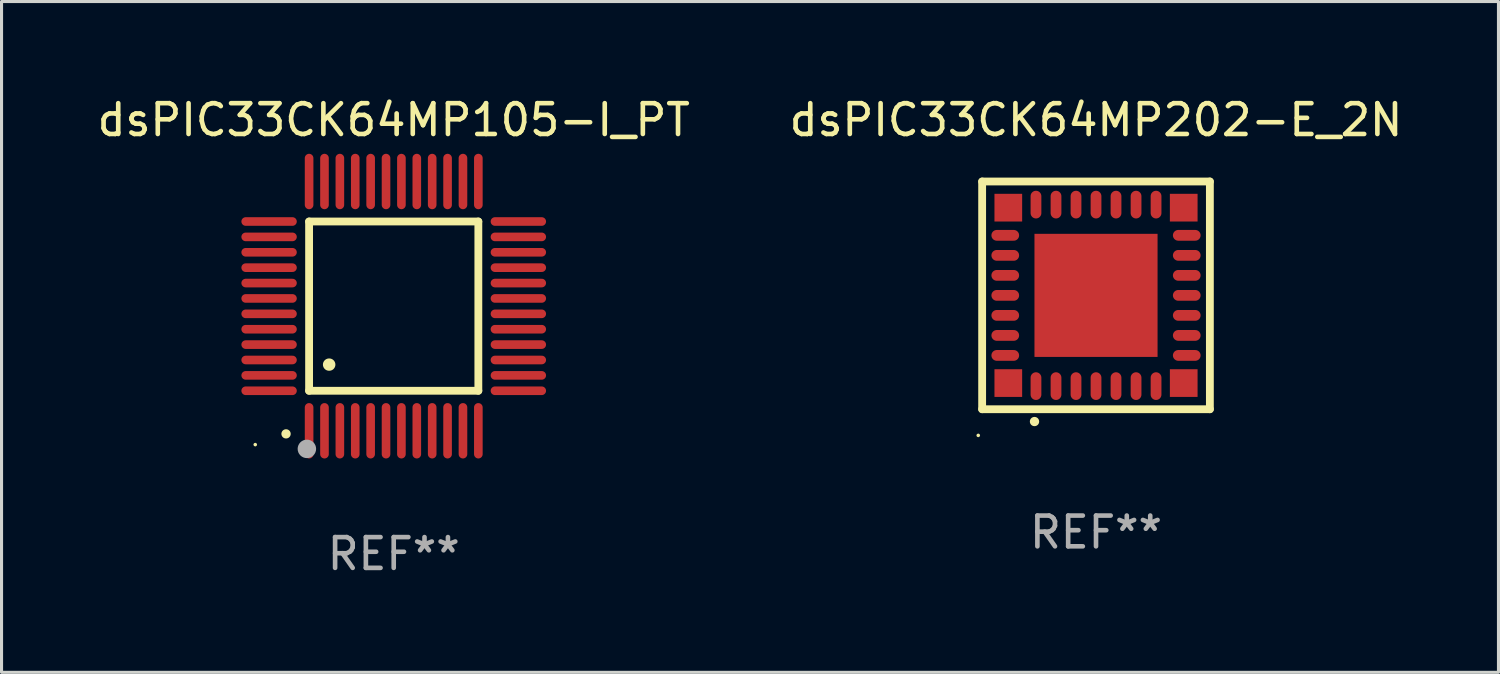
<source format=kicad_pcb>
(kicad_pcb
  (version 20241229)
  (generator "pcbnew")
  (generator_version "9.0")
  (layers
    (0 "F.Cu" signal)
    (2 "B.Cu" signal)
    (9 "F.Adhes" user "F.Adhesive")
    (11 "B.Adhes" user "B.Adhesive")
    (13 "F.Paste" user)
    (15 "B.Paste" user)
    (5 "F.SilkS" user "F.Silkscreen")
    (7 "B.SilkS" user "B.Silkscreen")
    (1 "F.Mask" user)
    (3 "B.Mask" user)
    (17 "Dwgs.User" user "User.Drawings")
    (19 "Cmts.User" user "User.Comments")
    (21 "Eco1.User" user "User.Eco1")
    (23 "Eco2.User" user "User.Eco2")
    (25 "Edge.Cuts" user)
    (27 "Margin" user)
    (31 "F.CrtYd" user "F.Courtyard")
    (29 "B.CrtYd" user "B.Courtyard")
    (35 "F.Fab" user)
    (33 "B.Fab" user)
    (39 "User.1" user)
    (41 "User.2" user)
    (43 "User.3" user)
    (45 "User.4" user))
  (footprint "dsPIC33CK64MP202-E_2N"
    (layer "F.Cu")
    (at 32.565 6.548)
    (property "Reference" "dsPIC33CK64MP202-E_2N" (at 0 -5.7 0) (layer "F.SilkS") (effects (font (size 1 1) (thickness 0.15))))
    (attr through_hole)
    (fp_line (start -3.7 -3.7) (end 3.7 -3.7) (stroke (width 0.254) (type solid)) (layer "F.SilkS"))
    (fp_line (start -3.7 3.7) (end -3.7 -3.7) (stroke (width 0.254) (type solid)) (layer "F.SilkS"))
    (fp_line (start 3.7 -3.7) (end 3.7 3.7) (stroke (width 0.254) (type solid)) (layer "F.SilkS"))
    (fp_line (start 3.7 3.7) (end -3.7 3.7) (stroke (width 0.254) (type solid)) (layer "F.SilkS"))
    (fp_arc (start -2 4.1) (mid -1.99873 4.099995) (end -1.99746 4.1) (stroke (width 0.3) (type solid)) (layer "F.SilkS"))
    (fp_circle (center -3.827 4.55) (end -3.797 4.55) (stroke (width 0.06) (type solid)) (fill no) (layer "F.SilkS"))
    (fp_text user "REF**" (at 0 7.7 0) (layer "F.Fab") (effects (font (size 1 1) (thickness 0.15))))
    (pad "1" smd oval (at -1.951 2.949 180) (size 0.35 0.9) (layers "F.Cu" "F.Mask" "F.Paste"))
    (pad "2" smd oval (at -1.3 2.949 180) (size 0.35 0.9) (layers "F.Cu" "F.Mask" "F.Paste"))
    (pad "3" smd oval (at -0.65 2.949 180) (size 0.35 0.9) (layers "F.Cu" "F.Mask" "F.Paste"))
    (pad "4" smd oval (at 0.000051 2.949 180) (size 0.35 0.9) (layers "F.Cu" "F.Mask" "F.Paste"))
    (pad "5" smd oval (at 0.65 2.949 180) (size 0.35 0.9) (layers "F.Cu" "F.Mask" "F.Paste"))
    (pad "6" smd oval (at 1.301 2.949 180) (size 0.35 0.9) (layers "F.Cu" "F.Mask" "F.Paste"))
    (pad "7" smd oval (at 1.951 2.949 180) (size 0.35 0.9) (layers "F.Cu" "F.Mask" "F.Paste"))
    (pad "8" smd oval (at 2.949 1.951 90) (size 0.35 0.9) (layers "F.Cu" "F.Mask" "F.Paste"))
    (pad "9" smd oval (at 2.949 1.301 90) (size 0.35 0.9) (layers "F.Cu" "F.Mask" "F.Paste"))
    (pad "10" smd oval (at 2.949 0.65 90) (size 0.35 0.9) (layers "F.Cu" "F.Mask" "F.Paste"))
    (pad "11" smd oval (at 2.949 0.000051 90) (size 0.35 0.9) (layers "F.Cu" "F.Mask" "F.Paste"))
    (pad "12" smd oval (at 2.949 -0.65 90) (size 0.35 0.9) (layers "F.Cu" "F.Mask" "F.Paste"))
    (pad "13" smd oval (at 2.949 -1.3 90) (size 0.35 0.9) (layers "F.Cu" "F.Mask" "F.Paste"))
    (pad "14" smd oval (at 2.949 -1.951 90) (size 0.35 0.9) (layers "F.Cu" "F.Mask" "F.Paste"))
    (pad "15" smd oval (at 1.951 -2.949 180) (size 0.35 0.9) (layers "F.Cu" "F.Mask" "F.Paste"))
    (pad "16" smd oval (at 1.301 -2.949 180) (size 0.35 0.9) (layers "F.Cu" "F.Mask" "F.Paste"))
    (pad "17" smd oval (at 0.65 -2.949 180) (size 0.35 0.9) (layers "F.Cu" "F.Mask" "F.Paste"))
    (pad "18" smd oval (at 0.000051 -2.949 180) (size 0.35 0.9) (layers "F.Cu" "F.Mask" "F.Paste"))
    (pad "19" smd oval (at -0.65 -2.949 180) (size 0.35 0.9) (layers "F.Cu" "F.Mask" "F.Paste"))
    (pad "20" smd oval (at -1.3 -2.949 180) (size 0.35 0.9) (layers "F.Cu" "F.Mask" "F.Paste"))
    (pad "21" smd oval (at -1.951 -2.949 180) (size 0.35 0.9) (layers "F.Cu" "F.Mask" "F.Paste"))
    (pad "22" smd oval (at -2.949 -1.951 90) (size 0.35 0.9) (layers "F.Cu" "F.Mask" "F.Paste"))
    (pad "23" smd oval (at -2.949 -1.3 90) (size 0.35 0.9) (layers "F.Cu" "F.Mask" "F.Paste"))
    (pad "24" smd oval (at -2.949 -0.65 90) (size 0.35 0.9) (layers "F.Cu" "F.Mask" "F.Paste"))
    (pad "25" smd oval (at -2.949 0.000051 90) (size 0.35 0.9) (layers "F.Cu" "F.Mask" "F.Paste"))
    (pad "26" smd oval (at -2.949 0.65 90) (size 0.35 0.9) (layers "F.Cu" "F.Mask" "F.Paste"))
    (pad "27" smd oval (at -2.949 1.301 90) (size 0.35 0.9) (layers "F.Cu" "F.Mask" "F.Paste"))
    (pad "28" smd oval (at -2.949 1.951 90) (size 0.35 0.9) (layers "F.Cu" "F.Mask" "F.Paste"))
    (pad "29" smd rect (at -2.85 -2.85 90) (size 0.9 0.9) (layers "F.Cu" "F.Mask" "F.Paste"))
    (pad "29" smd rect (at -2.85 2.85 90) (size 0.9 0.9) (layers "F.Cu" "F.Mask" "F.Paste"))
    (pad "29" smd rect (at 0.000051 0.000051 90) (size 4 4) (layers "F.Cu" "F.Mask" "F.Paste"))
    (pad "29" smd rect (at 2.85 -2.85 90) (size 0.9 0.9) (layers "F.Cu" "F.Mask" "F.Paste"))
    (pad "29" smd rect (at 2.85 2.85 90) (size 0.9 0.9) (layers "F.Cu" "F.Mask" "F.Paste")))
  (footprint "dsPIC33CK64MP105-I_PT"
    (layer "F.Cu")
    (at 9.744 6.898)
    (property "Reference" "dsPIC33CK64MP105-I_PT" (at 0 -6.05 0) (layer "F.SilkS") (effects (font (size 1 1) (thickness 0.15))))
    (attr through_hole)
    (fp_line (start -2.75 -2.75) (end 2.75 -2.75) (stroke (width 0.254) (type solid)) (layer "F.SilkS"))
    (fp_line (start -2.75 2.75) (end -2.75 -2.75) (stroke (width 0.254) (type solid)) (layer "F.SilkS"))
    (fp_line (start 2.75 -2.75) (end 2.75 2.75) (stroke (width 0.254) (type solid)) (layer "F.SilkS"))
    (fp_line (start 2.75 2.75) (end -2.75 2.75) (stroke (width 0.254) (type solid)) (layer "F.SilkS"))
    (fp_arc (start -3.500127 4.150368) (mid -3.498857 4.150363) (end -3.497587 4.150368) (stroke (width 0.3) (type solid)) (layer "F.SilkS"))
    (fp_arc (start -2.100584 1.899924) (mid -2.098044 1.899908) (end -2.095504 1.899924) (stroke (width 0.4) (type solid)) (layer "F.SilkS"))
    (fp_circle (center -4.5 4.5) (end -4.47 4.5) (stroke (width 0.06) (type solid)) (fill no) (layer "F.SilkS"))
    (fp_circle (center -2.822 4.638) (end -2.672 4.638) (stroke (width 0.3) (type solid)) (fill no) (layer "F.Fab"))
    (fp_text user "REF**" (at 0 8.05 0) (layer "F.Fab") (effects (font (size 1 1) (thickness 0.15))))
    (pad "1" smd oval (at -2.75 4.05) (size 0.28 1.8) (layers "F.Cu" "F.Mask" "F.Paste"))
    (pad "2" smd oval (at -2.25 4.05) (size 0.28 1.8) (layers "F.Cu" "F.Mask" "F.Paste"))
    (pad "3" smd oval (at -1.75 4.05) (size 0.28 1.8) (layers "F.Cu" "F.Mask" "F.Paste"))
    (pad "4" smd oval (at -1.25 4.05) (size 0.28 1.8) (layers "F.Cu" "F.Mask" "F.Paste"))
    (pad "5" smd oval (at -0.75 4.05) (size 0.28 1.8) (layers "F.Cu" "F.Mask" "F.Paste"))
    (pad "6" smd oval (at -0.25 4.05) (size 0.28 1.8) (layers "F.Cu" "F.Mask" "F.Paste"))
    (pad "7" smd oval (at 0.25 4.05) (size 0.28 1.8) (layers "F.Cu" "F.Mask" "F.Paste"))
    (pad "8" smd oval (at 0.75 4.05) (size 0.28 1.8) (layers "F.Cu" "F.Mask" "F.Paste"))
    (pad "9" smd oval (at 1.25 4.05) (size 0.28 1.8) (layers "F.Cu" "F.Mask" "F.Paste"))
    (pad "10" smd oval (at 1.75 4.05) (size 0.28 1.8) (layers "F.Cu" "F.Mask" "F.Paste"))
    (pad "11" smd oval (at 2.25 4.05) (size 0.28 1.8) (layers "F.Cu" "F.Mask" "F.Paste"))
    (pad "12" smd oval (at 2.75 4.05) (size 0.28 1.8) (layers "F.Cu" "F.Mask" "F.Paste"))
    (pad "13" smd oval (at 4.05 2.75) (size 1.8 0.28) (layers "F.Cu" "F.Mask" "F.Paste"))
    (pad "14" smd oval (at 4.05 2.25) (size 1.8 0.28) (layers "F.Cu" "F.Mask" "F.Paste"))
    (pad "15" smd oval (at 4.05 1.75) (size 1.8 0.28) (layers "F.Cu" "F.Mask" "F.Paste"))
    (pad "16" smd oval (at 4.05 1.25) (size 1.8 0.28) (layers "F.Cu" "F.Mask" "F.Paste"))
    (pad "17" smd oval (at 4.05 0.75) (size 1.8 0.28) (layers "F.Cu" "F.Mask" "F.Paste"))
    (pad "18" smd oval (at 4.05 0.25) (size 1.8 0.28) (layers "F.Cu" "F.Mask" "F.Paste"))
    (pad "19" smd oval (at 4.05 -0.25) (size 1.8 0.28) (layers "F.Cu" "F.Mask" "F.Paste"))
    (pad "20" smd oval (at 4.05 -0.75) (size 1.8 0.28) (layers "F.Cu" "F.Mask" "F.Paste"))
    (pad "21" smd oval (at 4.05 -1.25) (size 1.8 0.28) (layers "F.Cu" "F.Mask" "F.Paste"))
    (pad "22" smd oval (at 4.05 -1.75) (size 1.8 0.28) (layers "F.Cu" "F.Mask" "F.Paste"))
    (pad "23" smd oval (at 4.05 -2.25) (size 1.8 0.28) (layers "F.Cu" "F.Mask" "F.Paste"))
    (pad "24" smd oval (at 4.05 -2.75) (size 1.8 0.28) (layers "F.Cu" "F.Mask" "F.Paste"))
    (pad "25" smd oval (at 2.75 -4.05) (size 0.28 1.8) (layers "F.Cu" "F.Mask" "F.Paste"))
    (pad "26" smd oval (at 2.25 -4.05) (size 0.28 1.8) (layers "F.Cu" "F.Mask" "F.Paste"))
    (pad "27" smd oval (at 1.75 -4.05) (size 0.28 1.8) (layers "F.Cu" "F.Mask" "F.Paste"))
    (pad "28" smd oval (at 1.25 -4.05) (size 0.28 1.8) (layers "F.Cu" "F.Mask" "F.Paste"))
    (pad "29" smd oval (at 0.75 -4.05) (size 0.28 1.8) (layers "F.Cu" "F.Mask" "F.Paste"))
    (pad "30" smd oval (at 0.25 -4.05) (size 0.28 1.8) (layers "F.Cu" "F.Mask" "F.Paste"))
    (pad "31" smd oval (at -0.25 -4.05) (size 0.28 1.8) (layers "F.Cu" "F.Mask" "F.Paste"))
    (pad "32" smd oval (at -0.75 -4.05) (size 0.28 1.8) (layers "F.Cu" "F.Mask" "F.Paste"))
    (pad "33" smd oval (at -1.25 -4.05) (size 0.28 1.8) (layers "F.Cu" "F.Mask" "F.Paste"))
    (pad "34" smd oval (at -1.75 -4.05) (size 0.28 1.8) (layers "F.Cu" "F.Mask" "F.Paste"))
    (pad "35" smd oval (at -2.25 -4.05) (size 0.28 1.8) (layers "F.Cu" "F.Mask" "F.Paste"))
    (pad "36" smd oval (at -2.75 -4.05) (size 0.28 1.8) (layers "F.Cu" "F.Mask" "F.Paste"))
    (pad "37" smd oval (at -4.05 -2.75) (size 1.8 0.28) (layers "F.Cu" "F.Mask" "F.Paste"))
    (pad "38" smd oval (at -4.05 -2.25) (size 1.8 0.28) (layers "F.Cu" "F.Mask" "F.Paste"))
    (pad "39" smd oval (at -4.05 -1.75) (size 1.8 0.28) (layers "F.Cu" "F.Mask" "F.Paste"))
    (pad "40" smd oval (at -4.05 -1.25) (size 1.8 0.28) (layers "F.Cu" "F.Mask" "F.Paste"))
    (pad "41" smd oval (at -4.05 -0.75) (size 1.8 0.28) (layers "F.Cu" "F.Mask" "F.Paste"))
    (pad "42" smd oval (at -4.05 -0.25) (size 1.8 0.28) (layers "F.Cu" "F.Mask" "F.Paste"))
    (pad "43" smd oval (at -4.05 0.25) (size 1.8 0.28) (layers "F.Cu" "F.Mask" "F.Paste"))
    (pad "44" smd oval (at -4.05 0.75) (size 1.8 0.28) (layers "F.Cu" "F.Mask" "F.Paste"))
    (pad "45" smd oval (at -4.05 1.25) (size 1.8 0.28) (layers "F.Cu" "F.Mask" "F.Paste"))
    (pad "46" smd oval (at -4.05 1.75) (size 1.8 0.28) (layers "F.Cu" "F.Mask" "F.Paste"))
    (pad "47" smd oval (at -4.05 2.25) (size 1.8 0.28) (layers "F.Cu" "F.Mask" "F.Paste"))
    (pad "48" smd oval (at -4.05 2.75) (size 1.8 0.28) (layers "F.Cu" "F.Mask" "F.Paste")))
  (gr_rect
    (start -3 -3)
    (end 45.643 18.797)
    (stroke (width 0.1) (type default))
    (fill no)
    (layer "Edge.Cuts")))
</source>
